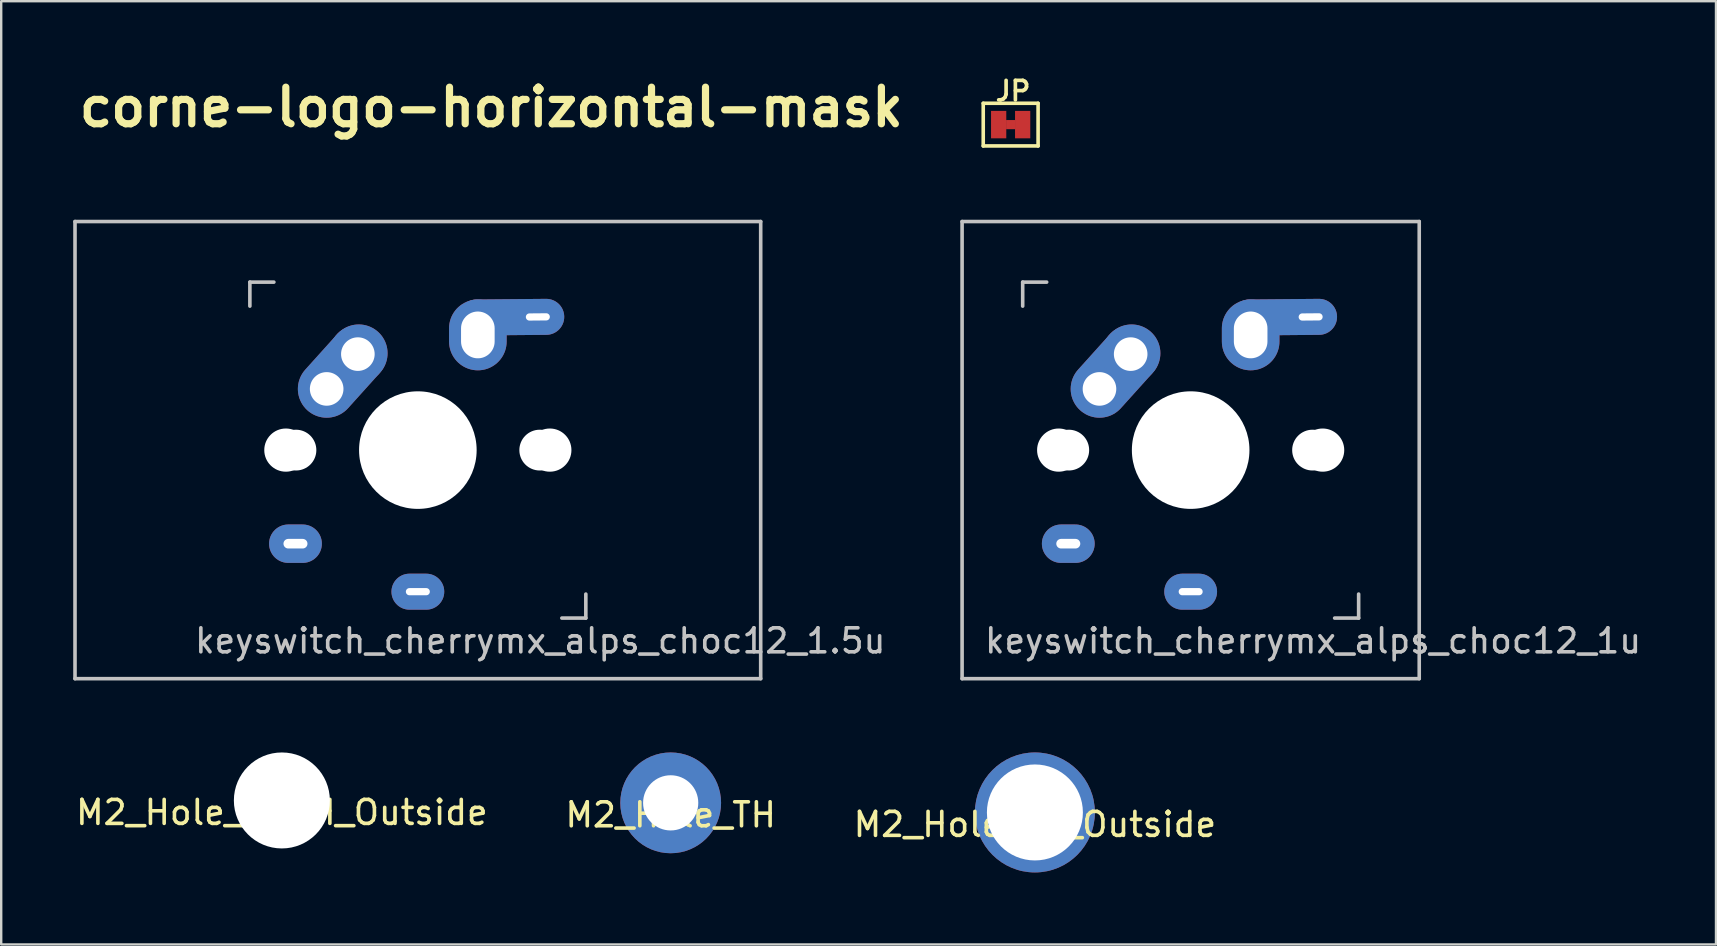
<source format=kicad_pcb>
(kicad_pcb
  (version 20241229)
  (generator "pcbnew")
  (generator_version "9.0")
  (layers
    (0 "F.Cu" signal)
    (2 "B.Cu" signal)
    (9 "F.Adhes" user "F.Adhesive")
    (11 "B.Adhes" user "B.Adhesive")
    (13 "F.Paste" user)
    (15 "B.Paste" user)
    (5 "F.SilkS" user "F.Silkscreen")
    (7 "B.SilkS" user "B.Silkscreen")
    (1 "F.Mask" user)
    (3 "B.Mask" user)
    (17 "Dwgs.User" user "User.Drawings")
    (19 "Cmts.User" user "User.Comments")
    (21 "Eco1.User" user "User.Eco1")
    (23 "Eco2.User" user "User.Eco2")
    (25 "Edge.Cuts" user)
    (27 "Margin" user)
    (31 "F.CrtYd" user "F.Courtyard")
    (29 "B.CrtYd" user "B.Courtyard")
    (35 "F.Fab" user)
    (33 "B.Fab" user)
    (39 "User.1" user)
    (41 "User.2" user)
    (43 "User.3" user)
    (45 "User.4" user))
  (footprint "corne-logo-horizontal-mask"
    (layer "F.Cu")
    (at 17.424 1.418)
    (property "Reference" "corne-logo-horizontal-mask" (at 0 0 0) (layer "F.SilkS") (effects (font (size 1.524 1.524) (thickness 0.3))))
    (attr through_hole)
    (fp_poly (pts (xy 0.54 -1.255) (xy 0.686 -1.238) (xy 0.686 -0.867) (xy 0.552 -0.881) (xy 0.368 -0.876) (xy 0.199 -0.824) (xy 0.05 -0.729) (xy -0.071 -0.594) (xy -0.12 -0.512) (xy -0.203 -0.351) (xy -0.203 1.041) (xy -0.635 1.041) (xy -0.635 -1.221) (xy -0.425 -1.214) (xy -0.216 -1.206) (xy -0.191 -0.985) (xy -0.14 -1.041) (xy -0.022 -1.138) (xy 0.13 -1.209) (xy 0.304 -1.25) (xy 0.486 -1.259) (xy 0.54 -1.255)) (stroke (width 0.01) (type solid)) (fill yes) (layer "F.Mask"))
    (fp_poly (pts (xy 2.202 -1.231) (xy 2.296 -1.228) (xy 2.366 -1.219) (xy 2.427 -1.202) (xy 2.491 -1.175) (xy 2.545 -1.149) (xy 2.716 -1.04) (xy 2.849 -0.901) (xy 2.946 -0.729) (xy 3.01 -0.52) (xy 3.021 -0.457) (xy 3.028 -0.386) (xy 3.035 -0.273) (xy 3.04 -0.128) (xy 3.045 0.041) (xy 3.047 0.225) (xy 3.048 0.375) (xy 3.048 1.041) (xy 2.616 1.041) (xy 2.616 0.322) (xy 2.616 0.093) (xy 2.614 -0.09) (xy 2.61 -0.235) (xy 2.604 -0.346) (xy 2.597 -0.43) (xy 2.587 -0.492) (xy 2.579 -0.523) (xy 2.514 -0.662) (xy 2.413 -0.765) (xy 2.278 -0.832) (xy 2.109 -0.862) (xy 2.055 -0.864) (xy 1.892 -0.853) (xy 1.762 -0.818) (xy 1.65 -0.754) (xy 1.57 -0.683) (xy 1.516 -0.626) (xy 1.473 -0.57) (xy 1.439 -0.51) (xy 1.414 -0.437) (xy 1.396 -0.347) (xy 1.383 -0.233) (xy 1.376 -0.089) (xy 1.373 0.093) (xy 1.372 0.317) (xy 1.372 0.373) (xy 1.372 1.041) (xy 0.94 1.041) (xy 0.94 -1.219) (xy 1.372 -1.219) (xy 1.372 -0.961) (xy 1.454 -1.044) (xy 1.54 -1.119) (xy 1.631 -1.172) (xy 1.737 -1.207) (xy 1.869 -1.225) (xy 2.039 -1.232) (xy 2.071 -1.232) (xy 2.202 -1.231)) (stroke (width 0.01) (type solid)) (fill yes) (layer "F.Mask"))
    (fp_poly (pts (xy -2.058 -1.238) (xy -1.804 -1.203) (xy -1.576 -1.126) (xy -1.376 -1.01) (xy -1.208 -0.857) (xy -1.075 -0.668) (xy -1.01 -0.533) (xy -0.978 -0.419) (xy -0.958 -0.272) (xy -0.949 -0.106) (xy -0.952 0.06) (xy -0.967 0.213) (xy -0.995 0.334) (xy -0.998 0.343) (xy -1.094 0.54) (xy -1.233 0.717) (xy -1.41 0.867) (xy -1.618 0.985) (xy -1.693 1.017) (xy -1.825 1.053) (xy -1.988 1.076) (xy -2.164 1.086) (xy -2.333 1.082) (xy -2.479 1.062) (xy -2.512 1.054) (xy -2.726 0.971) (xy -2.92 0.853) (xy -3.087 0.706) (xy -3.218 0.536) (xy -3.269 0.441) (xy -3.307 0.338) (xy -3.341 0.214) (xy -3.361 0.111) (xy -3.369 -0.031) (xy -2.944 -0.031) (xy -2.93 0.117) (xy -2.91 0.198) (xy -2.857 0.311) (xy -2.776 0.426) (xy -2.682 0.528) (xy -2.588 0.598) (xy -2.582 0.602) (xy -2.385 0.678) (xy -2.18 0.708) (xy -1.976 0.692) (xy -1.864 0.661) (xy -1.687 0.574) (xy -1.542 0.451) (xy -1.435 0.294) (xy -1.43 0.285) (xy -1.377 0.129) (xy -1.356 -0.048) (xy -1.365 -0.227) (xy -1.406 -0.39) (xy -1.418 -0.419) (xy -1.516 -0.578) (xy -1.643 -0.703) (xy -1.794 -0.793) (xy -1.96 -0.849) (xy -2.135 -0.871) (xy -2.31 -0.857) (xy -2.479 -0.808) (xy -2.635 -0.725) (xy -2.769 -0.606) (xy -2.874 -0.452) (xy -2.915 -0.334) (xy -2.939 -0.187) (xy -2.944 -0.031) (xy -3.369 -0.031) (xy -3.374 -0.137) (xy -3.342 -0.371) (xy -3.267 -0.588) (xy -3.151 -0.782) (xy -2.998 -0.947) (xy -2.809 -1.08) (xy -2.765 -1.103) (xy -2.591 -1.178) (xy -2.419 -1.223) (xy -2.234 -1.241) (xy -2.058 -1.238)) (stroke (width 0.01) (type solid)) (fill yes) (layer "F.Mask"))
    (fp_poly (pts (xy -4.44 -1.224) (xy -4.326 -1.198) (xy -4.105 -1.107) (xy -3.913 -0.981) (xy -3.756 -0.823) (xy -3.639 -0.638) (xy -3.604 -0.558) (xy -3.57 -0.464) (xy -3.558 -0.405) (xy -3.576 -0.373) (xy -3.628 -0.359) (xy -3.723 -0.356) (xy -3.77 -0.356) (xy -3.984 -0.356) (xy -4.015 -0.449) (xy -4.081 -0.575) (xy -4.188 -0.686) (xy -4.324 -0.777) (xy -4.48 -0.84) (xy -4.644 -0.87) (xy -4.686 -0.871) (xy -4.869 -0.848) (xy -5.039 -0.784) (xy -5.188 -0.684) (xy -5.309 -0.554) (xy -5.39 -0.401) (xy -5.397 -0.384) (xy -5.43 -0.225) (xy -5.436 -0.05) (xy -5.415 0.124) (xy -5.369 0.278) (xy -5.346 0.327) (xy -5.241 0.477) (xy -5.106 0.589) (xy -4.958 0.661) (xy -4.78 0.704) (xy -4.6 0.704) (xy -4.428 0.664) (xy -4.273 0.587) (xy -4.142 0.478) (xy -4.043 0.338) (xy -4.022 0.291) (xy -3.975 0.178) (xy -3.766 0.178) (xy -3.663 0.179) (xy -3.601 0.183) (xy -3.569 0.193) (xy -3.558 0.213) (xy -3.556 0.238) (xy -3.572 0.313) (xy -3.613 0.413) (xy -3.673 0.524) (xy -3.744 0.634) (xy -3.819 0.729) (xy -3.857 0.769) (xy -4.037 0.904) (xy -4.246 1.005) (xy -4.473 1.068) (xy -4.707 1.09) (xy -4.902 1.075) (xy -5.095 1.024) (xy -5.283 0.941) (xy -5.453 0.833) (xy -5.592 0.707) (xy -5.659 0.622) (xy -5.74 0.488) (xy -5.796 0.363) (xy -5.831 0.232) (xy -5.848 0.08) (xy -5.853 -0.089) (xy -5.851 -0.23) (xy -5.845 -0.334) (xy -5.834 -0.415) (xy -5.814 -0.487) (xy -5.795 -0.54) (xy -5.689 -0.739) (xy -5.543 -0.916) (xy -5.364 -1.062) (xy -5.159 -1.169) (xy -5.156 -1.17) (xy -5 -1.214) (xy -4.816 -1.238) (xy -4.623 -1.242) (xy -4.44 -1.224)) (stroke (width 0.01) (type solid)) (fill yes) (layer "F.Mask"))
    (fp_poly (pts (xy 4.734 -1.222) (xy 4.956 -1.155) (xy 5.155 -1.05) (xy 5.325 -0.909) (xy 5.462 -0.737) (xy 5.563 -0.539) (xy 5.623 -0.317) (xy 5.639 -0.122) (xy 5.639 0.025) (xy 3.734 0.025) (xy 3.734 0.098) (xy 3.757 0.222) (xy 3.82 0.349) (xy 3.916 0.47) (xy 4.037 0.574) (xy 4.126 0.628) (xy 4.262 0.68) (xy 4.422 0.705) (xy 4.435 0.706) (xy 4.618 0.703) (xy 4.771 0.666) (xy 4.909 0.591) (xy 5.024 0.491) (xy 5.16 0.356) (xy 5.363 0.356) (xy 5.463 0.356) (xy 5.523 0.36) (xy 5.55 0.37) (xy 5.555 0.389) (xy 5.549 0.413) (xy 5.511 0.498) (xy 5.446 0.601) (xy 5.366 0.705) (xy 5.284 0.793) (xy 5.253 0.819) (xy 5.054 0.949) (xy 4.832 1.038) (xy 4.595 1.086) (xy 4.354 1.089) (xy 4.143 1.052) (xy 3.922 0.968) (xy 3.727 0.844) (xy 3.563 0.686) (xy 3.436 0.498) (xy 3.35 0.285) (xy 3.33 0.208) (xy 3.3 -0.042) (xy 3.314 -0.281) (xy 3.326 -0.33) (xy 3.735 -0.33) (xy 4.458 -0.33) (xy 4.671 -0.33) (xy 4.838 -0.331) (xy 4.965 -0.334) (xy 5.057 -0.337) (xy 5.119 -0.342) (xy 5.157 -0.349) (xy 5.176 -0.358) (xy 5.182 -0.369) (xy 5.182 -0.369) (xy 5.161 -0.451) (xy 5.107 -0.547) (xy 5.027 -0.644) (xy 4.933 -0.732) (xy 4.833 -0.798) (xy 4.83 -0.799) (xy 4.691 -0.847) (xy 4.527 -0.868) (xy 4.356 -0.863) (xy 4.197 -0.832) (xy 4.105 -0.796) (xy 3.959 -0.695) (xy 3.84 -0.553) (xy 3.759 -0.394) (xy 3.735 -0.33) (xy 3.326 -0.33) (xy 3.369 -0.505) (xy 3.465 -0.708) (xy 3.599 -0.885) (xy 3.768 -1.031) (xy 3.88 -1.099) (xy 4.075 -1.183) (xy 4.272 -1.23) (xy 4.492 -1.245) (xy 4.734 -1.222)) (stroke (width 0.01) (type solid)) (fill yes) (layer "F.Mask")))
  (footprint "keyswitch_cherrymx_alps_choc12_1.5u"
    (layer "F.Cu")
    (at 14.363 15.707)
    (property "Reference" "keyswitch_cherrymx_alps_choc12_1.5u" (at 5.1 7.95 180) (layer "Dwgs.User") (effects (font (size 1 1) (thickness 0.15))))
    (attr through_hole)
    (fp_line (start -14.287 -9.525) (end 14.287 -9.525) (stroke (width 0.15) (type solid)) (layer "Dwgs.User"))
    (fp_line (start -14.287 9.525) (end -14.287 -9.525) (stroke (width 0.15) (type solid)) (layer "Dwgs.User"))
    (fp_line (start -7 -7) (end -6 -7) (stroke (width 0.15) (type solid)) (layer "Dwgs.User"))
    (fp_line (start -7 -6) (end -7 -7) (stroke (width 0.15) (type solid)) (layer "Dwgs.User"))
    (fp_line (start 6 7) (end 7 7) (stroke (width 0.15) (type solid)) (layer "Dwgs.User"))
    (fp_line (start 7 7) (end 7 6) (stroke (width 0.15) (type solid)) (layer "Dwgs.User"))
    (fp_line (start 14.287 -9.525) (end 14.287 9.525) (stroke (width 0.15) (type solid)) (layer "Dwgs.User"))
    (fp_line (start 14.287 9.525) (end -14.287 9.525) (stroke (width 0.15) (type solid)) (layer "Dwgs.User"))
    (pad "" np_thru_hole circle (at -5.5 0 90) (size 1.8 1.8) (drill 1.8) (layers "*.Cu"))
    (pad "" np_thru_hole circle (at -5.08 0) (size 1.7 1.7) (drill 1.7) (layers "*.Cu"))
    (pad "" np_thru_hole circle (at 0 0 90) (size 4.9 4.9) (drill 4.9) (layers "*.Cu"))
    (pad "" np_thru_hole circle (at 5.08 0) (size 1.7 1.7) (drill 1.7) (layers "*.Cu"))
    (pad "" np_thru_hole circle (at 5.5 0 90) (size 1.8 1.8) (drill 1.8) (layers "*.Cu"))
    (pad "1" thru_hole oval (at -5.1 3.9) (size 2.2 1.6) (drill oval 1 0.4) (layers "*.Cu" "B.Mask"))
    (pad "1" thru_hole oval (at -3.8 -2.55 318) (size 2.4 4.4) (drill 1.4 (offset 0 -1)) (layers "*.Cu" "B.Mask"))
    (pad "1" thru_hole circle (at -2.5 -4) (size 2.4 2.4) (drill 1.4) (layers "*.Cu" "B.Mask"))
    (pad "2" thru_hole oval (at 0 5.9) (size 2.2 1.5) (drill oval 1 0.3) (layers "*.Cu" "B.Mask"))
    (pad "2" thru_hole oval (at 2.5 -4.8) (size 2.4 2.95) (drill oval 1.4 1.95) (layers "*.Cu" "B.Mask"))
    (pad "2" thru_hole oval (at 5 -5.55 0.5) (size 4.4 1.5) (drill oval 1 0.3 (offset -1.1 0)) (layers "*.Cu" "B.Mask")))
  (footprint "M2_Hole_NPTH_Outside"
    (layer "F.Cu")
    (at 8.696 30.307)
    (property "Reference" "M2_Hole_NPTH_Outside" (at 0 0.5 0) (layer "F.SilkS") (effects (font (size 1 1) (thickness 0.15))))
    (attr through_hole)
    (pad "" np_thru_hole circle (at 0 0) (size 4 4) (drill 4) (layers "*.Cu" "*.Mask")))
  (footprint "M2_Hole_TH"
    (layer "F.Cu")
    (at 24.899 30.407)
    (property "Reference" "M2_Hole_TH" (at 0 0.5 0) (layer "F.SilkS") (effects (font (size 1 1) (thickness 0.15))))
    (attr through_hole)
    (pad "" thru_hole circle (at 0 0) (size 4.2 4.2) (drill 2.3) (layers "*.Cu" "*.Mask")))
  (footprint "M2_Hole_TH_Outside"
    (layer "F.Cu")
    (at 40.077 30.807)
    (property "Reference" "M2_Hole_TH_Outside" (at 0 0.5 0) (layer "F.SilkS") (effects (font (size 1 1) (thickness 0.15))))
    (attr through_hole)
    (pad "" thru_hole circle (at 0 0) (size 5 5) (drill 4) (layers "*.Cu" "*.Mask")))
  (footprint "keyswitch_cherrymx_alps_choc12_1u"
    (layer "F.Cu")
    (at 46.568 15.707)
    (property "Reference" "keyswitch_cherrymx_alps_choc12_1u" (at 5.1 7.95 180) (layer "Dwgs.User") (effects (font (size 1 1) (thickness 0.15))))
    (attr through_hole)
    (fp_line (start -9.525 -9.525) (end 9.525 -9.525) (stroke (width 0.15) (type solid)) (layer "Dwgs.User"))
    (fp_line (start -9.525 9.525) (end -9.525 -9.525) (stroke (width 0.15) (type solid)) (layer "Dwgs.User"))
    (fp_line (start -7 -7) (end -6 -7) (stroke (width 0.15) (type solid)) (layer "Dwgs.User"))
    (fp_line (start -7 -6) (end -7 -7) (stroke (width 0.15) (type solid)) (layer "Dwgs.User"))
    (fp_line (start 6 7) (end 7 7) (stroke (width 0.15) (type solid)) (layer "Dwgs.User"))
    (fp_line (start 7 7) (end 7 6) (stroke (width 0.15) (type solid)) (layer "Dwgs.User"))
    (fp_line (start 9.525 -9.525) (end 9.525 9.525) (stroke (width 0.15) (type solid)) (layer "Dwgs.User"))
    (fp_line (start 9.525 9.525) (end -9.525 9.525) (stroke (width 0.15) (type solid)) (layer "Dwgs.User"))
    (pad "" np_thru_hole circle (at -5.5 0 90) (size 1.8 1.8) (drill 1.8) (layers "*.Cu"))
    (pad "" np_thru_hole circle (at -5.08 0) (size 1.7 1.7) (drill 1.7) (layers "*.Cu"))
    (pad "" np_thru_hole circle (at 0 0 90) (size 4.9 4.9) (drill 4.9) (layers "*.Cu"))
    (pad "" np_thru_hole circle (at 5.08 0) (size 1.7 1.7) (drill 1.7) (layers "*.Cu"))
    (pad "" np_thru_hole circle (at 5.5 0 90) (size 1.8 1.8) (drill 1.8) (layers "*.Cu"))
    (pad "1" thru_hole oval (at -5.1 3.9) (size 2.2 1.6) (drill oval 1 0.4) (layers "*.Cu" "B.Mask"))
    (pad "1" thru_hole oval (at -3.8 -2.55 318) (size 2.4 4.4) (drill 1.4 (offset 0 -1)) (layers "*.Cu" "B.Mask"))
    (pad "1" thru_hole circle (at -2.5 -4) (size 2.4 2.4) (drill 1.4) (layers "*.Cu" "B.Mask"))
    (pad "2" thru_hole oval (at 0 5.9) (size 2.2 1.5) (drill oval 1 0.3) (layers "*.Cu" "B.Mask"))
    (pad "2" thru_hole oval (at 2.5 -4.8) (size 2.4 2.95) (drill oval 1.4 1.95) (layers "*.Cu" "B.Mask"))
    (pad "2" thru_hole oval (at 5 -5.55 0.5) (size 4.4 1.5) (drill oval 1 0.3 (offset -1.1 0)) (layers "*.Cu" "B.Mask")))
  (footprint "JP"
    (layer "F.Cu")
    (at 39.067 2.143)
    (property "Reference" "JP" (at 0.1 -1.4 0) (layer "F.SilkS") (effects (font (size 0.813 0.813) (thickness 0.152))))
    (attr smd)
    (fp_line (start -1.143 -0.889) (end 1.143 -0.889) (stroke (width 0.15) (type solid)) (layer "F.SilkS"))
    (fp_line (start -1.143 0.889) (end -1.143 -0.889) (stroke (width 0.15) (type solid)) (layer "F.SilkS"))
    (fp_line (start 1.143 -0.889) (end 1.143 0.889) (stroke (width 0.15) (type solid)) (layer "F.SilkS"))
    (fp_line (start 1.143 0.889) (end -1.143 0.889) (stroke (width 0.15) (type solid)) (layer "F.SilkS"))
    (pad "" smd rect (at 0 0 90) (size 0.381 0.381) (layers "F.Cu" "F.Mask" "F.Paste"))
    (pad "1" smd rect (at -0.5 0) (size 0.635 1.143) (layers "F.Cu" "F.Mask" "F.Paste"))
    (pad "2" smd rect (at 0.5 0) (size 0.635 1.143) (layers "F.Cu" "F.Mask" "F.Paste")))
  (gr_rect
    (start -3 -3)
    (end 68.46 36.307)
    (stroke (width 0.1) (type default))
    (fill no)
    (layer "Edge.Cuts")))
</source>
